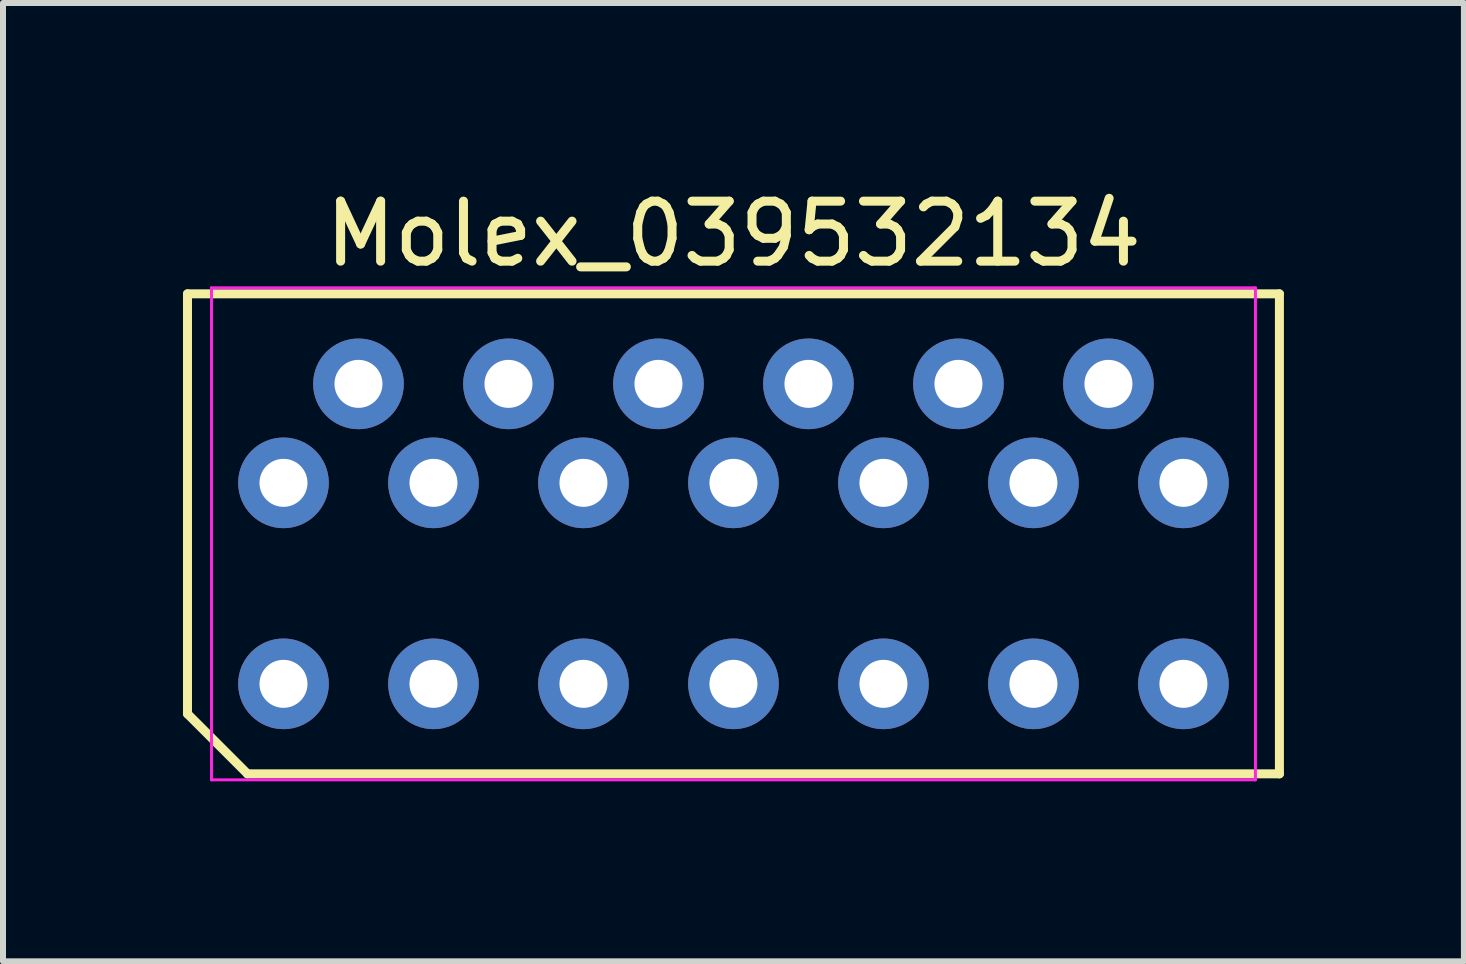
<source format=kicad_pcb>
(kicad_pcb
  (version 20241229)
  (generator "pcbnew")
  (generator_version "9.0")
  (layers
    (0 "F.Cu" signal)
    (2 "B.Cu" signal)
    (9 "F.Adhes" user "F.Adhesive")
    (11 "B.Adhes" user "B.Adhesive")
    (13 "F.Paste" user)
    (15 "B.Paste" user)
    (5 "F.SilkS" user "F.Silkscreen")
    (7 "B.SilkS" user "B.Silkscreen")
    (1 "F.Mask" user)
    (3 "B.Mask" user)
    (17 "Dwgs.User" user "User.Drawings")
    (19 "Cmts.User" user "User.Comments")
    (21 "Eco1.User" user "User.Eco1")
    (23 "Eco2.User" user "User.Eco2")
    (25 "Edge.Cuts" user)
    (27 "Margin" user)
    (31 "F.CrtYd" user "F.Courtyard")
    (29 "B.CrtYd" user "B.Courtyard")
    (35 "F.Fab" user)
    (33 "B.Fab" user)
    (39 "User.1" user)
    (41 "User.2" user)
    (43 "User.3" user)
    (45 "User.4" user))
  (footprint "Molex_039532134"
    (layer "F.Cu")
    (at 9.175 5.848)
    (property "Reference" "Molex_039532134" (at 0 -5 0) (layer "F.SilkS") (effects (font (size 1 1) (thickness 0.15))))
    (attr through_hole)
    (fp_line (start -9.1 -4) (end 9.1 -4) (stroke (width 0.15) (type solid)) (layer "F.SilkS"))
    (fp_line (start -9.1 3) (end -9.1 -4) (stroke (width 0.15) (type solid)) (layer "F.SilkS"))
    (fp_line (start -8.1 4) (end -9.1 3) (stroke (width 0.15) (type solid)) (layer "F.SilkS"))
    (fp_line (start 9.1 -4) (end 9.1 4) (stroke (width 0.15) (type solid)) (layer "F.SilkS"))
    (fp_line (start 9.1 4) (end -8.1 4) (stroke (width 0.15) (type solid)) (layer "F.SilkS"))
    (fp_line (start -8.7 -4.1) (end 8.7 -4.1) (stroke (width 0.05) (type solid)) (layer "F.CrtYd"))
    (fp_line (start -8.7 4.1) (end -8.7 -4.1) (stroke (width 0.05) (type solid)) (layer "F.CrtYd"))
    (fp_line (start 8.7 -4.1) (end 8.7 4.1) (stroke (width 0.05) (type solid)) (layer "F.CrtYd"))
    (fp_line (start 8.7 4.1) (end -8.7 4.1) (stroke (width 0.05) (type solid)) (layer "F.CrtYd"))
    (pad "1" thru_hole circle (at -7.5 -0.85) (size 1.511 1.511) (drill 0.8) (layers "*.Cu" "*.Mask"))
    (pad "1" thru_hole circle (at -7.5 2.5) (size 1.511 1.511) (drill 0.8) (layers "*.Cu" "*.Mask"))
    (pad "2" thru_hole circle (at -6.25 -2.5) (size 1.511 1.511) (drill 0.8) (layers "*.Cu" "*.Mask"))
    (pad "3" thru_hole circle (at -5 -0.85) (size 1.511 1.511) (drill 0.8) (layers "*.Cu" "*.Mask"))
    (pad "3" thru_hole circle (at -5 2.5) (size 1.511 1.511) (drill 0.8) (layers "*.Cu" "*.Mask"))
    (pad "4" thru_hole circle (at -3.75 -2.5) (size 1.511 1.511) (drill 0.8) (layers "*.Cu" "*.Mask"))
    (pad "5" thru_hole circle (at -2.5 -0.85) (size 1.511 1.511) (drill 0.8) (layers "*.Cu" "*.Mask"))
    (pad "5" thru_hole circle (at -2.5 2.5) (size 1.511 1.511) (drill 0.8) (layers "*.Cu" "*.Mask"))
    (pad "6" thru_hole circle (at -1.25 -2.5) (size 1.511 1.511) (drill 0.8) (layers "*.Cu" "*.Mask"))
    (pad "7" thru_hole circle (at 0 -0.85) (size 1.511 1.511) (drill 0.8) (layers "*.Cu" "*.Mask"))
    (pad "7" thru_hole circle (at 0 2.5) (size 1.511 1.511) (drill 0.8) (layers "*.Cu" "*.Mask"))
    (pad "8" thru_hole circle (at 1.25 -2.5) (size 1.511 1.511) (drill 0.8) (layers "*.Cu" "*.Mask"))
    (pad "9" thru_hole circle (at 2.5 -0.85) (size 1.511 1.511) (drill 0.8) (layers "*.Cu" "*.Mask"))
    (pad "9" thru_hole circle (at 2.5 2.5) (size 1.511 1.511) (drill 0.8) (layers "*.Cu" "*.Mask"))
    (pad "10" thru_hole circle (at 3.75 -2.5) (size 1.511 1.511) (drill 0.8) (layers "*.Cu" "*.Mask"))
    (pad "11" thru_hole circle (at 5 -0.85) (size 1.511 1.511) (drill 0.8) (layers "*.Cu" "*.Mask"))
    (pad "11" thru_hole circle (at 5 2.5) (size 1.511 1.511) (drill 0.8) (layers "*.Cu" "*.Mask"))
    (pad "12" thru_hole circle (at 6.25 -2.5) (size 1.511 1.511) (drill 0.8) (layers "*.Cu" "*.Mask"))
    (pad "13" thru_hole circle (at 7.5 -0.85) (size 1.511 1.511) (drill 0.8) (layers "*.Cu" "*.Mask"))
    (pad "13" thru_hole circle (at 7.5 2.5) (size 1.511 1.511) (drill 0.8) (layers "*.Cu" "*.Mask")))
  (gr_rect
    (start -3 -3)
    (end 21.35 12.973)
    (stroke (width 0.1) (type default))
    (fill no)
    (layer "Edge.Cuts")))
</source>
